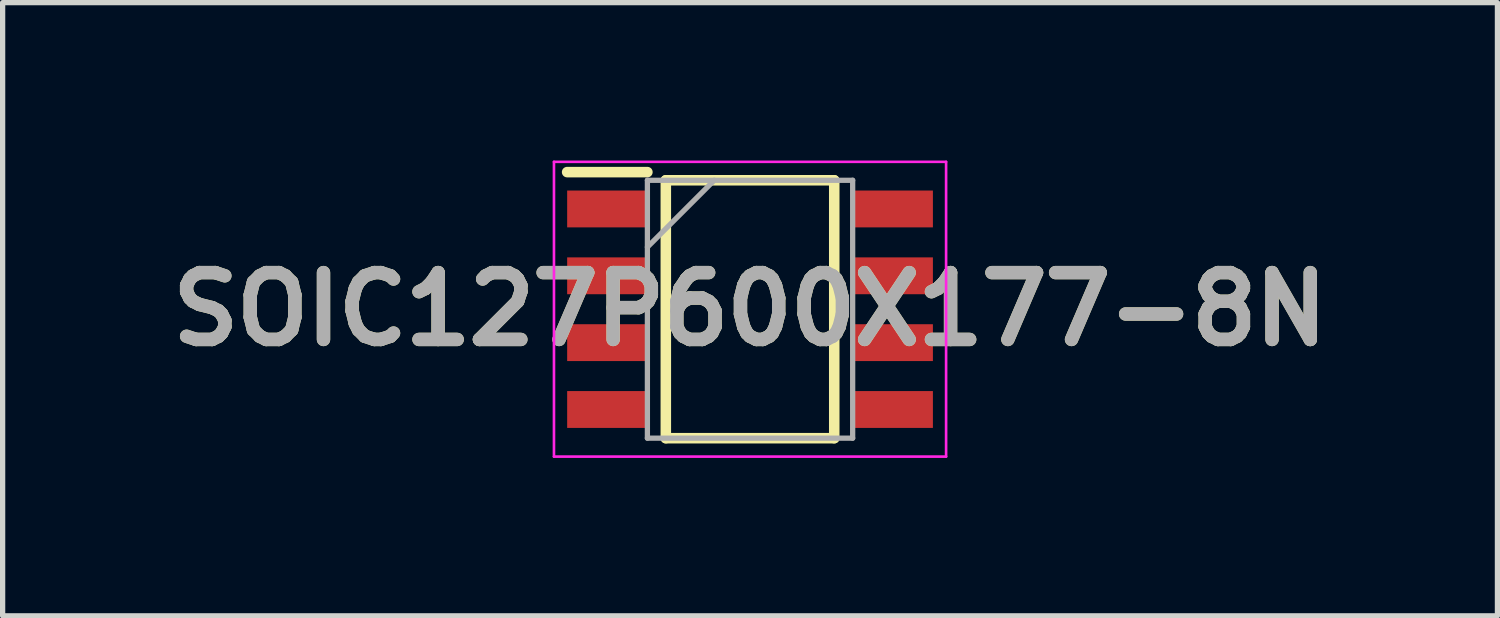
<source format=kicad_pcb>
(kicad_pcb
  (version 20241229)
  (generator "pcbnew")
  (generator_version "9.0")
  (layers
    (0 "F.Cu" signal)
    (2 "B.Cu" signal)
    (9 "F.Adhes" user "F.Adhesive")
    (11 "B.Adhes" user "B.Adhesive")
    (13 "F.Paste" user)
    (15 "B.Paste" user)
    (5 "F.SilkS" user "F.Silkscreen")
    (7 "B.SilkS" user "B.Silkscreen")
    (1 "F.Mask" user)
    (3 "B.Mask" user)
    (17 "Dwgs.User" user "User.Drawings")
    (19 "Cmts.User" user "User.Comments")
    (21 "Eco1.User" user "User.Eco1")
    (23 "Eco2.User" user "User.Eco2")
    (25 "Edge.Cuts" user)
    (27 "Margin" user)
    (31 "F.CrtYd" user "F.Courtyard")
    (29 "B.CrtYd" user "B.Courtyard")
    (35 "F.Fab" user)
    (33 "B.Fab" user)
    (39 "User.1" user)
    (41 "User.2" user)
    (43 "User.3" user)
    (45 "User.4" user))
  (footprint "SOIC127P600X177-8N"
    (layer "F.Cu")
    (at 11.2 2.825)
    (property "Reference" "SOIC127P600X177-8N" (at 0 0 0) (layer "F.SilkS") (effects (font (size 1.27 1.27) (thickness 0.254))))
    (attr smd)
    (fp_line (start -3.475 -2.605) (end -1.95 -2.605) (stroke (width 0.2) (type solid)) (layer "F.SilkS"))
    (fp_line (start -1.6 -2.45) (end 1.6 -2.45) (stroke (width 0.2) (type solid)) (layer "F.SilkS"))
    (fp_line (start -1.6 2.45) (end -1.6 -2.45) (stroke (width 0.2) (type solid)) (layer "F.SilkS"))
    (fp_line (start 1.6 -2.45) (end 1.6 2.45) (stroke (width 0.2) (type solid)) (layer "F.SilkS"))
    (fp_line (start 1.6 2.45) (end -1.6 2.45) (stroke (width 0.2) (type solid)) (layer "F.SilkS"))
    (fp_line (start -3.725 -2.8) (end 3.725 -2.8) (stroke (width 0.05) (type solid)) (layer "F.CrtYd"))
    (fp_line (start -3.725 2.8) (end -3.725 -2.8) (stroke (width 0.05) (type solid)) (layer "F.CrtYd"))
    (fp_line (start 3.725 -2.8) (end 3.725 2.8) (stroke (width 0.05) (type solid)) (layer "F.CrtYd"))
    (fp_line (start 3.725 2.8) (end -3.725 2.8) (stroke (width 0.05) (type solid)) (layer "F.CrtYd"))
    (fp_line (start -1.95 -2.45) (end 1.95 -2.45) (stroke (width 0.1) (type solid)) (layer "F.Fab"))
    (fp_line (start -1.95 -1.18) (end -0.68 -2.45) (stroke (width 0.1) (type solid)) (layer "F.Fab"))
    (fp_line (start -1.95 2.45) (end -1.95 -2.45) (stroke (width 0.1) (type solid)) (layer "F.Fab"))
    (fp_line (start 1.95 -2.45) (end 1.95 2.45) (stroke (width 0.1) (type solid)) (layer "F.Fab"))
    (fp_line (start 1.95 2.45) (end -1.95 2.45) (stroke (width 0.1) (type solid)) (layer "F.Fab"))
    (fp_text user "${REFERENCE}" (at 0 0 0) (layer "F.Fab") (effects (font (size 1.27 1.27) (thickness 0.254))))
    (pad "1" smd rect (at -2.712 -1.905 90) (size 0.7 1.525) (layers "F.Cu" "F.Mask" "F.Paste"))
    (pad "2" smd rect (at -2.712 -0.635 90) (size 0.7 1.525) (layers "F.Cu" "F.Mask" "F.Paste"))
    (pad "3" smd rect (at -2.712 0.635 90) (size 0.7 1.525) (layers "F.Cu" "F.Mask" "F.Paste"))
    (pad "4" smd rect (at -2.712 1.905 90) (size 0.7 1.525) (layers "F.Cu" "F.Mask" "F.Paste"))
    (pad "5" smd rect (at 2.712 1.905 90) (size 0.7 1.525) (layers "F.Cu" "F.Mask" "F.Paste"))
    (pad "6" smd rect (at 2.712 0.635 90) (size 0.7 1.525) (layers "F.Cu" "F.Mask" "F.Paste"))
    (pad "7" smd rect (at 2.712 -0.635 90) (size 0.7 1.525) (layers "F.Cu" "F.Mask" "F.Paste"))
    (pad "8" smd rect (at 2.712 -1.905 90) (size 0.7 1.525) (layers "F.Cu" "F.Mask" "F.Paste")))
  (gr_rect
    (start -3 -3)
    (end 25.4 8.65)
    (stroke (width 0.1) (type default))
    (fill no)
    (layer "Edge.Cuts")))
</source>
